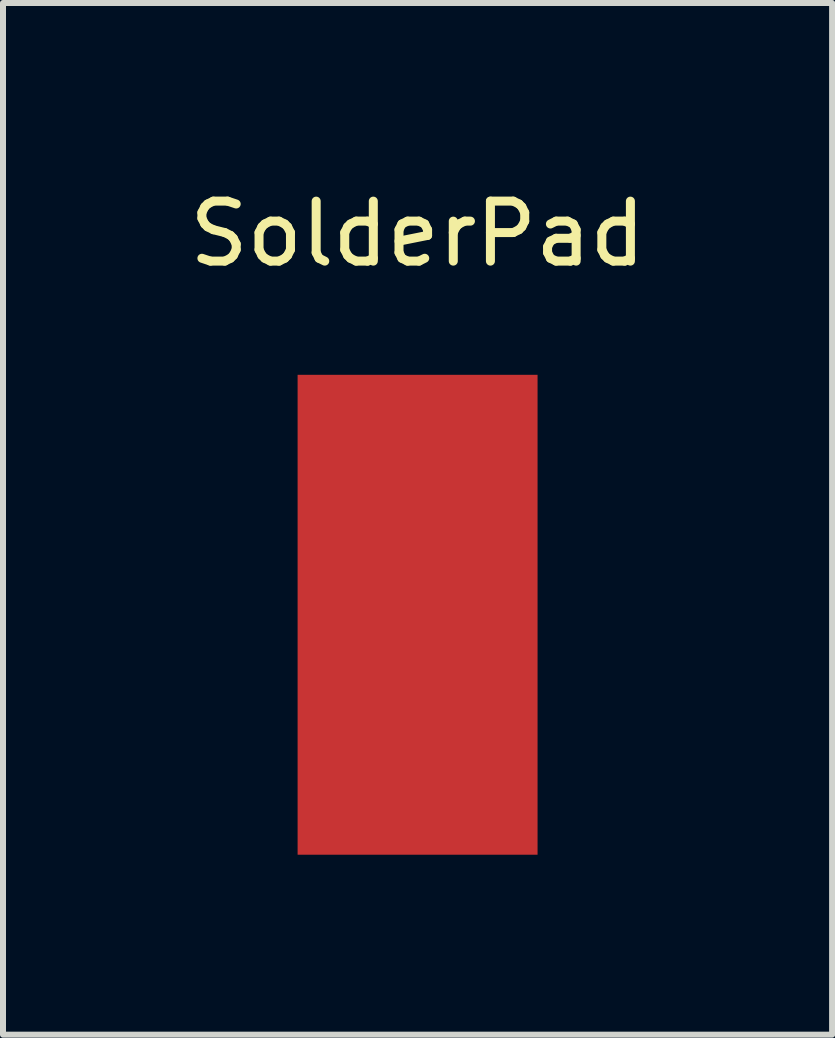
<source format=kicad_pcb>
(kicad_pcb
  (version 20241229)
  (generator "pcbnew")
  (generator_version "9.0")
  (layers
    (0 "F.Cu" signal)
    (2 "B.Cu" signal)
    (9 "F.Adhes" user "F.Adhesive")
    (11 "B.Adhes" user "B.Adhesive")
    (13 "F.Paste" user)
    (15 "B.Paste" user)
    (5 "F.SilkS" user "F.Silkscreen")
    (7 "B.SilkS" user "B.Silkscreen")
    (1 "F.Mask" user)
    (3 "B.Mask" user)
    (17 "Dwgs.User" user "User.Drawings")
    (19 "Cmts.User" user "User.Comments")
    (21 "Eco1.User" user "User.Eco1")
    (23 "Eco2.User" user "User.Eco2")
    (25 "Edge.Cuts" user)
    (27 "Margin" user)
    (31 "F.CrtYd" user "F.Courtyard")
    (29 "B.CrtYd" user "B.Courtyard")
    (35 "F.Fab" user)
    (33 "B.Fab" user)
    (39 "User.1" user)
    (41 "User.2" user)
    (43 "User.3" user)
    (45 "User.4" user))
  (footprint "SolderPad"
    (layer "F.Cu")
    (at 3.911 7.198)
    (property "Reference" "SolderPad" (at 0 -6.35 0) (layer "F.SilkS") (effects (font (size 1 1) (thickness 0.15))))
    (attr through_hole)
    (pad "1" smd rect (at 0 0) (size 4 8) (layers "F.Cu" "F.Mask" "F.Paste")))
  (gr_rect
    (start -3 -3)
    (end 10.821 14.198)
    (stroke (width 0.1) (type default))
    (fill no)
    (layer "Edge.Cuts")))
</source>
